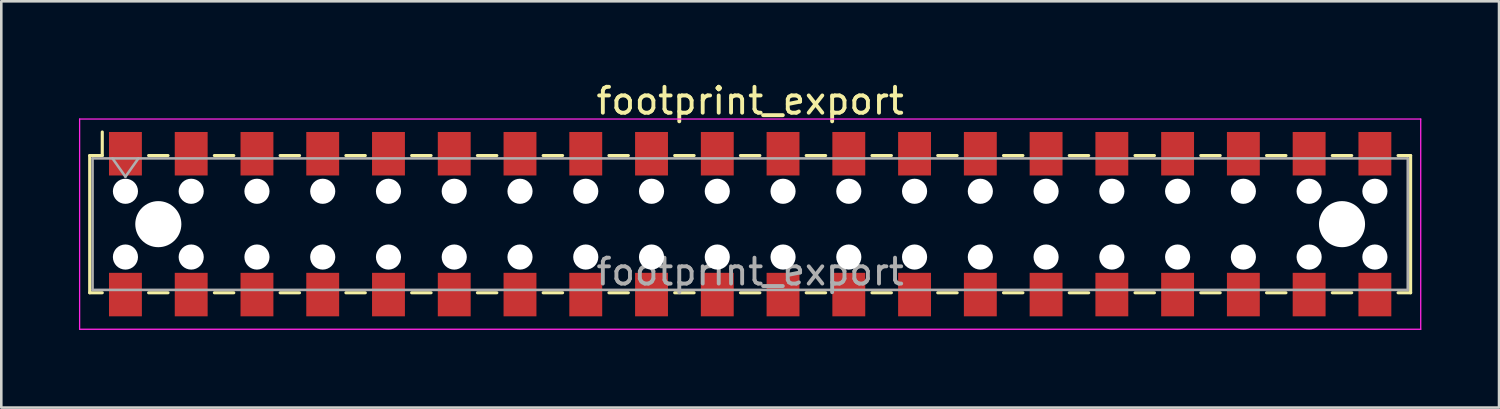
<source format=kicad_pcb>
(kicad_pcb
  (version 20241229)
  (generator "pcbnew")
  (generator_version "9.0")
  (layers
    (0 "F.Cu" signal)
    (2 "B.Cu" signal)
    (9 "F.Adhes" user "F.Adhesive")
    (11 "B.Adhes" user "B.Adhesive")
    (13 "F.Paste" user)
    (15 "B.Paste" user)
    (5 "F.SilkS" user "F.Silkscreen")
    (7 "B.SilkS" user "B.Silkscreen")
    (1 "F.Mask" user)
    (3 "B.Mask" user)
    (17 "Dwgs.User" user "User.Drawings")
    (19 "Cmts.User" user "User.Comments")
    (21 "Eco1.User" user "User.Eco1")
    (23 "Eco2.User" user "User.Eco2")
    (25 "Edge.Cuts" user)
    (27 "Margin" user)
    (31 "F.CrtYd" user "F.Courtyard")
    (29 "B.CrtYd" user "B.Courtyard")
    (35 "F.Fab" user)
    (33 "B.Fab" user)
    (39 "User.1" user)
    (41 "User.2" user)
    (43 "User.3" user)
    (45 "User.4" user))
  (footprint "footprint_export"
    (layer "F.Cu")
    (at 25.925 5.608)
    (property "Reference" "footprint_export" (at 0 -4.76 0) (layer "F.SilkS") (effects (font (size 1 1) (thickness 0.15))))
    (attr smd)
    (fp_line (start -25.51 -2.65) (end -25.51 2.65) (stroke (width 0.12) (type solid)) (layer "F.SilkS"))
    (fp_line (start -25.51 2.65) (end -25.025 2.65) (stroke (width 0.12) (type solid)) (layer "F.SilkS"))
    (fp_line (start -25.025 -3.56) (end -25.025 -2.65) (stroke (width 0.12) (type solid)) (layer "F.SilkS"))
    (fp_line (start -25.025 -2.65) (end -25.51 -2.65) (stroke (width 0.12) (type solid)) (layer "F.SilkS"))
    (fp_line (start -23.235 -2.65) (end -22.485 -2.65) (stroke (width 0.12) (type solid)) (layer "F.SilkS"))
    (fp_line (start -23.235 2.65) (end -22.485 2.65) (stroke (width 0.12) (type solid)) (layer "F.SilkS"))
    (fp_line (start -20.695 -2.65) (end -19.945 -2.65) (stroke (width 0.12) (type solid)) (layer "F.SilkS"))
    (fp_line (start -20.695 2.65) (end -19.945 2.65) (stroke (width 0.12) (type solid)) (layer "F.SilkS"))
    (fp_line (start -18.155 -2.65) (end -17.405 -2.65) (stroke (width 0.12) (type solid)) (layer "F.SilkS"))
    (fp_line (start -18.155 2.65) (end -17.405 2.65) (stroke (width 0.12) (type solid)) (layer "F.SilkS"))
    (fp_line (start -15.615 -2.65) (end -14.865 -2.65) (stroke (width 0.12) (type solid)) (layer "F.SilkS"))
    (fp_line (start -15.615 2.65) (end -14.865 2.65) (stroke (width 0.12) (type solid)) (layer "F.SilkS"))
    (fp_line (start -13.075 -2.65) (end -12.325 -2.65) (stroke (width 0.12) (type solid)) (layer "F.SilkS"))
    (fp_line (start -13.075 2.65) (end -12.325 2.65) (stroke (width 0.12) (type solid)) (layer "F.SilkS"))
    (fp_line (start -10.535 -2.65) (end -9.785 -2.65) (stroke (width 0.12) (type solid)) (layer "F.SilkS"))
    (fp_line (start -10.535 2.65) (end -9.785 2.65) (stroke (width 0.12) (type solid)) (layer "F.SilkS"))
    (fp_line (start -7.995 -2.65) (end -7.245 -2.65) (stroke (width 0.12) (type solid)) (layer "F.SilkS"))
    (fp_line (start -7.995 2.65) (end -7.245 2.65) (stroke (width 0.12) (type solid)) (layer "F.SilkS"))
    (fp_line (start -5.455 -2.65) (end -4.705 -2.65) (stroke (width 0.12) (type solid)) (layer "F.SilkS"))
    (fp_line (start -5.455 2.65) (end -4.705 2.65) (stroke (width 0.12) (type solid)) (layer "F.SilkS"))
    (fp_line (start -2.915 -2.65) (end -2.165 -2.65) (stroke (width 0.12) (type solid)) (layer "F.SilkS"))
    (fp_line (start -2.915 2.65) (end -2.165 2.65) (stroke (width 0.12) (type solid)) (layer "F.SilkS"))
    (fp_line (start -0.375 -2.65) (end 0.375 -2.65) (stroke (width 0.12) (type solid)) (layer "F.SilkS"))
    (fp_line (start -0.375 2.65) (end 0.375 2.65) (stroke (width 0.12) (type solid)) (layer "F.SilkS"))
    (fp_line (start 2.165 -2.65) (end 2.915 -2.65) (stroke (width 0.12) (type solid)) (layer "F.SilkS"))
    (fp_line (start 2.165 2.65) (end 2.915 2.65) (stroke (width 0.12) (type solid)) (layer "F.SilkS"))
    (fp_line (start 4.705 -2.65) (end 5.455 -2.65) (stroke (width 0.12) (type solid)) (layer "F.SilkS"))
    (fp_line (start 4.705 2.65) (end 5.455 2.65) (stroke (width 0.12) (type solid)) (layer "F.SilkS"))
    (fp_line (start 7.245 -2.65) (end 7.995 -2.65) (stroke (width 0.12) (type solid)) (layer "F.SilkS"))
    (fp_line (start 7.245 2.65) (end 7.995 2.65) (stroke (width 0.12) (type solid)) (layer "F.SilkS"))
    (fp_line (start 9.785 -2.65) (end 10.535 -2.65) (stroke (width 0.12) (type solid)) (layer "F.SilkS"))
    (fp_line (start 9.785 2.65) (end 10.535 2.65) (stroke (width 0.12) (type solid)) (layer "F.SilkS"))
    (fp_line (start 12.325 -2.65) (end 13.075 -2.65) (stroke (width 0.12) (type solid)) (layer "F.SilkS"))
    (fp_line (start 12.325 2.65) (end 13.075 2.65) (stroke (width 0.12) (type solid)) (layer "F.SilkS"))
    (fp_line (start 14.865 -2.65) (end 15.615 -2.65) (stroke (width 0.12) (type solid)) (layer "F.SilkS"))
    (fp_line (start 14.865 2.65) (end 15.615 2.65) (stroke (width 0.12) (type solid)) (layer "F.SilkS"))
    (fp_line (start 17.405 -2.65) (end 18.155 -2.65) (stroke (width 0.12) (type solid)) (layer "F.SilkS"))
    (fp_line (start 17.405 2.65) (end 18.155 2.65) (stroke (width 0.12) (type solid)) (layer "F.SilkS"))
    (fp_line (start 19.945 -2.65) (end 20.695 -2.65) (stroke (width 0.12) (type solid)) (layer "F.SilkS"))
    (fp_line (start 19.945 2.65) (end 20.695 2.65) (stroke (width 0.12) (type solid)) (layer "F.SilkS"))
    (fp_line (start 22.485 -2.65) (end 23.235 -2.65) (stroke (width 0.12) (type solid)) (layer "F.SilkS"))
    (fp_line (start 22.485 2.65) (end 23.235 2.65) (stroke (width 0.12) (type solid)) (layer "F.SilkS"))
    (fp_line (start 25.025 -2.65) (end 25.51 -2.65) (stroke (width 0.12) (type solid)) (layer "F.SilkS"))
    (fp_line (start 25.51 -2.65) (end 25.51 2.65) (stroke (width 0.12) (type solid)) (layer "F.SilkS"))
    (fp_line (start 25.51 2.65) (end 25.025 2.65) (stroke (width 0.12) (type solid)) (layer "F.SilkS"))
    (fp_line (start -25.9 -4.06) (end 25.9 -4.06) (stroke (width 0.05) (type solid)) (layer "F.CrtYd"))
    (fp_line (start -25.9 4.06) (end -25.9 -4.06) (stroke (width 0.05) (type solid)) (layer "F.CrtYd"))
    (fp_line (start 25.9 -4.06) (end 25.9 4.06) (stroke (width 0.05) (type solid)) (layer "F.CrtYd"))
    (fp_line (start 25.9 4.06) (end -25.9 4.06) (stroke (width 0.05) (type solid)) (layer "F.CrtYd"))
    (fp_line (start -25.4 -2.54) (end 25.4 -2.54) (stroke (width 0.1) (type solid)) (layer "F.Fab"))
    (fp_line (start -25.4 2.54) (end -25.4 -2.54) (stroke (width 0.1) (type solid)) (layer "F.Fab"))
    (fp_line (start -24.63 -2.54) (end -24.13 -1.833) (stroke (width 0.1) (type solid)) (layer "F.Fab"))
    (fp_line (start -24.13 -1.833) (end -23.63 -2.54) (stroke (width 0.1) (type solid)) (layer "F.Fab"))
    (fp_line (start 25.4 -2.54) (end 25.4 2.54) (stroke (width 0.1) (type solid)) (layer "F.Fab"))
    (fp_line (start 25.4 2.54) (end -25.4 2.54) (stroke (width 0.1) (type solid)) (layer "F.Fab"))
    (fp_text user "${REFERENCE}" (at 0 1.84 0) (layer "F.Fab") (effects (font (size 1 1) (thickness 0.15))))
    (pad "" np_thru_hole circle (at -24.13 -1.27) (size 0.97 0.97) (drill 0.97) (layers "*.Cu" "*.Mask"))
    (pad "" np_thru_hole circle (at -24.13 1.27) (size 0.97 0.97) (drill 0.97) (layers "*.Cu" "*.Mask"))
    (pad "" np_thru_hole circle (at -22.86 0) (size 1.78 1.78) (drill 1.78) (layers "*.Cu" "*.Mask"))
    (pad "" np_thru_hole circle (at -21.59 -1.27) (size 0.97 0.97) (drill 0.97) (layers "*.Cu" "*.Mask"))
    (pad "" np_thru_hole circle (at -21.59 1.27) (size 0.97 0.97) (drill 0.97) (layers "*.Cu" "*.Mask"))
    (pad "" np_thru_hole circle (at -19.05 -1.27) (size 0.97 0.97) (drill 0.97) (layers "*.Cu" "*.Mask"))
    (pad "" np_thru_hole circle (at -19.05 1.27) (size 0.97 0.97) (drill 0.97) (layers "*.Cu" "*.Mask"))
    (pad "" np_thru_hole circle (at -16.51 -1.27) (size 0.97 0.97) (drill 0.97) (layers "*.Cu" "*.Mask"))
    (pad "" np_thru_hole circle (at -16.51 1.27) (size 0.97 0.97) (drill 0.97) (layers "*.Cu" "*.Mask"))
    (pad "" np_thru_hole circle (at -13.97 -1.27) (size 0.97 0.97) (drill 0.97) (layers "*.Cu" "*.Mask"))
    (pad "" np_thru_hole circle (at -13.97 1.27) (size 0.97 0.97) (drill 0.97) (layers "*.Cu" "*.Mask"))
    (pad "" np_thru_hole circle (at -11.43 -1.27) (size 0.97 0.97) (drill 0.97) (layers "*.Cu" "*.Mask"))
    (pad "" np_thru_hole circle (at -11.43 1.27) (size 0.97 0.97) (drill 0.97) (layers "*.Cu" "*.Mask"))
    (pad "" np_thru_hole circle (at -8.89 -1.27) (size 0.97 0.97) (drill 0.97) (layers "*.Cu" "*.Mask"))
    (pad "" np_thru_hole circle (at -8.89 1.27) (size 0.97 0.97) (drill 0.97) (layers "*.Cu" "*.Mask"))
    (pad "" np_thru_hole circle (at -6.35 -1.27) (size 0.97 0.97) (drill 0.97) (layers "*.Cu" "*.Mask"))
    (pad "" np_thru_hole circle (at -6.35 1.27) (size 0.97 0.97) (drill 0.97) (layers "*.Cu" "*.Mask"))
    (pad "" np_thru_hole circle (at -3.81 -1.27) (size 0.97 0.97) (drill 0.97) (layers "*.Cu" "*.Mask"))
    (pad "" np_thru_hole circle (at -3.81 1.27) (size 0.97 0.97) (drill 0.97) (layers "*.Cu" "*.Mask"))
    (pad "" np_thru_hole circle (at -1.27 -1.27) (size 0.97 0.97) (drill 0.97) (layers "*.Cu" "*.Mask"))
    (pad "" np_thru_hole circle (at -1.27 1.27) (size 0.97 0.97) (drill 0.97) (layers "*.Cu" "*.Mask"))
    (pad "" np_thru_hole circle (at 1.27 -1.27) (size 0.97 0.97) (drill 0.97) (layers "*.Cu" "*.Mask"))
    (pad "" np_thru_hole circle (at 1.27 1.27) (size 0.97 0.97) (drill 0.97) (layers "*.Cu" "*.Mask"))
    (pad "" np_thru_hole circle (at 3.81 -1.27) (size 0.97 0.97) (drill 0.97) (layers "*.Cu" "*.Mask"))
    (pad "" np_thru_hole circle (at 3.81 1.27) (size 0.97 0.97) (drill 0.97) (layers "*.Cu" "*.Mask"))
    (pad "" np_thru_hole circle (at 6.35 -1.27) (size 0.97 0.97) (drill 0.97) (layers "*.Cu" "*.Mask"))
    (pad "" np_thru_hole circle (at 6.35 1.27) (size 0.97 0.97) (drill 0.97) (layers "*.Cu" "*.Mask"))
    (pad "" np_thru_hole circle (at 8.89 -1.27) (size 0.97 0.97) (drill 0.97) (layers "*.Cu" "*.Mask"))
    (pad "" np_thru_hole circle (at 8.89 1.27) (size 0.97 0.97) (drill 0.97) (layers "*.Cu" "*.Mask"))
    (pad "" np_thru_hole circle (at 11.43 -1.27) (size 0.97 0.97) (drill 0.97) (layers "*.Cu" "*.Mask"))
    (pad "" np_thru_hole circle (at 11.43 1.27) (size 0.97 0.97) (drill 0.97) (layers "*.Cu" "*.Mask"))
    (pad "" np_thru_hole circle (at 13.97 -1.27) (size 0.97 0.97) (drill 0.97) (layers "*.Cu" "*.Mask"))
    (pad "" np_thru_hole circle (at 13.97 1.27) (size 0.97 0.97) (drill 0.97) (layers "*.Cu" "*.Mask"))
    (pad "" np_thru_hole circle (at 16.51 -1.27) (size 0.97 0.97) (drill 0.97) (layers "*.Cu" "*.Mask"))
    (pad "" np_thru_hole circle (at 16.51 1.27) (size 0.97 0.97) (drill 0.97) (layers "*.Cu" "*.Mask"))
    (pad "" np_thru_hole circle (at 19.05 -1.27) (size 0.97 0.97) (drill 0.97) (layers "*.Cu" "*.Mask"))
    (pad "" np_thru_hole circle (at 19.05 1.27) (size 0.97 0.97) (drill 0.97) (layers "*.Cu" "*.Mask"))
    (pad "" np_thru_hole circle (at 21.59 -1.27) (size 0.97 0.97) (drill 0.97) (layers "*.Cu" "*.Mask"))
    (pad "" np_thru_hole circle (at 21.59 1.27) (size 0.97 0.97) (drill 0.97) (layers "*.Cu" "*.Mask"))
    (pad "" np_thru_hole circle (at 22.86 0) (size 1.78 1.78) (drill 1.78) (layers "*.Cu" "*.Mask"))
    (pad "" np_thru_hole circle (at 24.13 -1.27) (size 0.97 0.97) (drill 0.97) (layers "*.Cu" "*.Mask"))
    (pad "" np_thru_hole circle (at 24.13 1.27) (size 0.97 0.97) (drill 0.97) (layers "*.Cu" "*.Mask"))
    (pad "1" smd rect (at -24.13 -2.72) (size 1.27 1.68) (layers "F.Cu" "F.Mask" "F.Paste"))
    (pad "2" smd rect (at -24.13 2.72) (size 1.27 1.68) (layers "F.Cu" "F.Mask" "F.Paste"))
    (pad "3" smd rect (at -21.59 -2.72) (size 1.27 1.68) (layers "F.Cu" "F.Mask" "F.Paste"))
    (pad "4" smd rect (at -21.59 2.72) (size 1.27 1.68) (layers "F.Cu" "F.Mask" "F.Paste"))
    (pad "5" smd rect (at -19.05 -2.72) (size 1.27 1.68) (layers "F.Cu" "F.Mask" "F.Paste"))
    (pad "6" smd rect (at -19.05 2.72) (size 1.27 1.68) (layers "F.Cu" "F.Mask" "F.Paste"))
    (pad "7" smd rect (at -16.51 -2.72) (size 1.27 1.68) (layers "F.Cu" "F.Mask" "F.Paste"))
    (pad "8" smd rect (at -16.51 2.72) (size 1.27 1.68) (layers "F.Cu" "F.Mask" "F.Paste"))
    (pad "9" smd rect (at -13.97 -2.72) (size 1.27 1.68) (layers "F.Cu" "F.Mask" "F.Paste"))
    (pad "10" smd rect (at -13.97 2.72) (size 1.27 1.68) (layers "F.Cu" "F.Mask" "F.Paste"))
    (pad "11" smd rect (at -11.43 -2.72) (size 1.27 1.68) (layers "F.Cu" "F.Mask" "F.Paste"))
    (pad "12" smd rect (at -11.43 2.72) (size 1.27 1.68) (layers "F.Cu" "F.Mask" "F.Paste"))
    (pad "13" smd rect (at -8.89 -2.72) (size 1.27 1.68) (layers "F.Cu" "F.Mask" "F.Paste"))
    (pad "14" smd rect (at -8.89 2.72) (size 1.27 1.68) (layers "F.Cu" "F.Mask" "F.Paste"))
    (pad "15" smd rect (at -6.35 -2.72) (size 1.27 1.68) (layers "F.Cu" "F.Mask" "F.Paste"))
    (pad "16" smd rect (at -6.35 2.72) (size 1.27 1.68) (layers "F.Cu" "F.Mask" "F.Paste"))
    (pad "17" smd rect (at -3.81 -2.72) (size 1.27 1.68) (layers "F.Cu" "F.Mask" "F.Paste"))
    (pad "18" smd rect (at -3.81 2.72) (size 1.27 1.68) (layers "F.Cu" "F.Mask" "F.Paste"))
    (pad "19" smd rect (at -1.27 -2.72) (size 1.27 1.68) (layers "F.Cu" "F.Mask" "F.Paste"))
    (pad "20" smd rect (at -1.27 2.72) (size 1.27 1.68) (layers "F.Cu" "F.Mask" "F.Paste"))
    (pad "21" smd rect (at 1.27 -2.72) (size 1.27 1.68) (layers "F.Cu" "F.Mask" "F.Paste"))
    (pad "22" smd rect (at 1.27 2.72) (size 1.27 1.68) (layers "F.Cu" "F.Mask" "F.Paste"))
    (pad "23" smd rect (at 3.81 -2.72) (size 1.27 1.68) (layers "F.Cu" "F.Mask" "F.Paste"))
    (pad "24" smd rect (at 3.81 2.72) (size 1.27 1.68) (layers "F.Cu" "F.Mask" "F.Paste"))
    (pad "25" smd rect (at 6.35 -2.72) (size 1.27 1.68) (layers "F.Cu" "F.Mask" "F.Paste"))
    (pad "26" smd rect (at 6.35 2.72) (size 1.27 1.68) (layers "F.Cu" "F.Mask" "F.Paste"))
    (pad "27" smd rect (at 8.89 -2.72) (size 1.27 1.68) (layers "F.Cu" "F.Mask" "F.Paste"))
    (pad "28" smd rect (at 8.89 2.72) (size 1.27 1.68) (layers "F.Cu" "F.Mask" "F.Paste"))
    (pad "29" smd rect (at 11.43 -2.72) (size 1.27 1.68) (layers "F.Cu" "F.Mask" "F.Paste"))
    (pad "30" smd rect (at 11.43 2.72) (size 1.27 1.68) (layers "F.Cu" "F.Mask" "F.Paste"))
    (pad "31" smd rect (at 13.97 -2.72) (size 1.27 1.68) (layers "F.Cu" "F.Mask" "F.Paste"))
    (pad "32" smd rect (at 13.97 2.72) (size 1.27 1.68) (layers "F.Cu" "F.Mask" "F.Paste"))
    (pad "33" smd rect (at 16.51 -2.72) (size 1.27 1.68) (layers "F.Cu" "F.Mask" "F.Paste"))
    (pad "34" smd rect (at 16.51 2.72) (size 1.27 1.68) (layers "F.Cu" "F.Mask" "F.Paste"))
    (pad "35" smd rect (at 19.05 -2.72) (size 1.27 1.68) (layers "F.Cu" "F.Mask" "F.Paste"))
    (pad "36" smd rect (at 19.05 2.72) (size 1.27 1.68) (layers "F.Cu" "F.Mask" "F.Paste"))
    (pad "37" smd rect (at 21.59 -2.72) (size 1.27 1.68) (layers "F.Cu" "F.Mask" "F.Paste"))
    (pad "38" smd rect (at 21.59 2.72) (size 1.27 1.68) (layers "F.Cu" "F.Mask" "F.Paste"))
    (pad "39" smd rect (at 24.13 -2.72) (size 1.27 1.68) (layers "F.Cu" "F.Mask" "F.Paste"))
    (pad "40" smd rect (at 24.13 2.72) (size 1.27 1.68) (layers "F.Cu" "F.Mask" "F.Paste")))
  (gr_rect
    (start -3 -3)
    (end 54.85 12.693)
    (stroke (width 0.1) (type default))
    (fill no)
    (layer "Edge.Cuts")))
</source>
